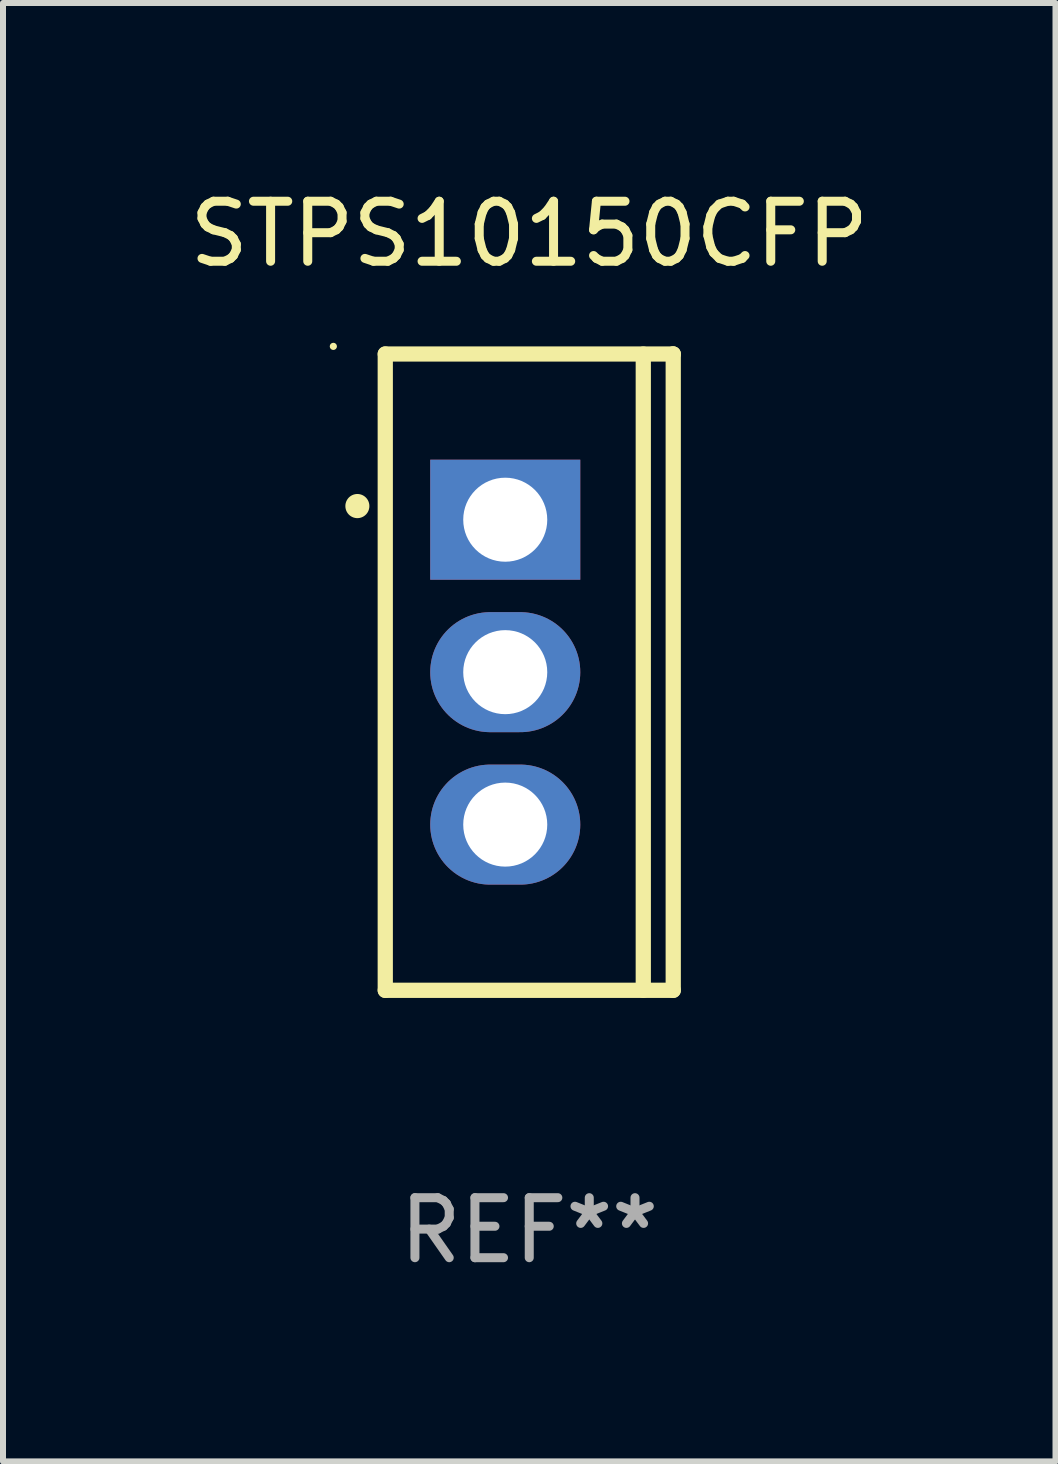
<source format=kicad_pcb>
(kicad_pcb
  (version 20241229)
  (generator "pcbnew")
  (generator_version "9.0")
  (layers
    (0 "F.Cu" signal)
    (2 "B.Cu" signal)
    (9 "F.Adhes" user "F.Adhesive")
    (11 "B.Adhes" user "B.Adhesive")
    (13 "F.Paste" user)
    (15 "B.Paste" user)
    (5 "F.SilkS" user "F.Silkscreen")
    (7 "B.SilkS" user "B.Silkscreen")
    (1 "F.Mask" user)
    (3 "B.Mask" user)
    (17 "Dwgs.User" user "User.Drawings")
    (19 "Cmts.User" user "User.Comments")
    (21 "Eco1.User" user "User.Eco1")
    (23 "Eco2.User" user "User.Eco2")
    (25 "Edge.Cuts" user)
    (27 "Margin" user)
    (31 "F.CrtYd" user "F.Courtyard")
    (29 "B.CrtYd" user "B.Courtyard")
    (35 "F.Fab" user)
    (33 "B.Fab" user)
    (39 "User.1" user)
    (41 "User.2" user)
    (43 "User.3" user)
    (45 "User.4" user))
  (footprint "STPS10150CFP"
    (layer "F.Cu")
    (at 5.768 8.149)
    (property "Reference" "STPS10150CFP" (at 0 -7.301 0) (layer "F.SilkS") (effects (font (size 1 1) (thickness 0.15))))
    (attr through_hole)
    (fp_line (start -2.399 -5.301) (end 2.394 -5.301) (stroke (width 0.254) (type solid)) (layer "F.SilkS"))
    (fp_line (start -2.399 5.301) (end -2.399 -5.301) (stroke (width 0.254) (type solid)) (layer "F.SilkS"))
    (fp_line (start 1.9 5.3) (end 1.9 -5.3) (stroke (width 0.254) (type solid)) (layer "F.SilkS"))
    (fp_line (start 2.394 -5.301) (end 2.399 -5.301) (stroke (width 0.254) (type solid)) (layer "F.SilkS"))
    (fp_line (start 2.399 -5.301) (end 2.399 5.301) (stroke (width 0.254) (type solid)) (layer "F.SilkS"))
    (fp_line (start 2.399 5.301) (end -2.399 5.301) (stroke (width 0.254) (type solid)) (layer "F.SilkS"))
    (fp_arc (start -2.863843 -2.766066) (mid -2.863847 -2.767336) (end -2.863843 -2.768606) (stroke (width 0.4) (type solid)) (layer "F.SilkS"))
    (fp_circle (center -3.264 -5.428) (end -3.234 -5.428) (stroke (width 0.06) (type solid)) (fill no) (layer "F.SilkS"))
    (fp_text user "REF**" (at 0 9.301 0) (layer "F.Fab") (effects (font (size 1 1) (thickness 0.15))))
    (pad "1" thru_hole rect (at -0.4 -2.54 270) (size 2 2.5) (drill 1.4) (layers "*.Cu" "*.Mask"))
    (pad "2" thru_hole oval (at -0.4 0 270) (size 2 2.5) (drill 1.4) (layers "*.Cu" "*.Mask"))
    (pad "3" thru_hole oval (at -0.4 2.54 270) (size 2 2.5) (drill 1.4) (layers "*.Cu" "*.Mask")))
  (gr_rect
    (start -3 -3)
    (end 14.536 21.299)
    (stroke (width 0.1) (type default))
    (fill no)
    (layer "Edge.Cuts")))
</source>
